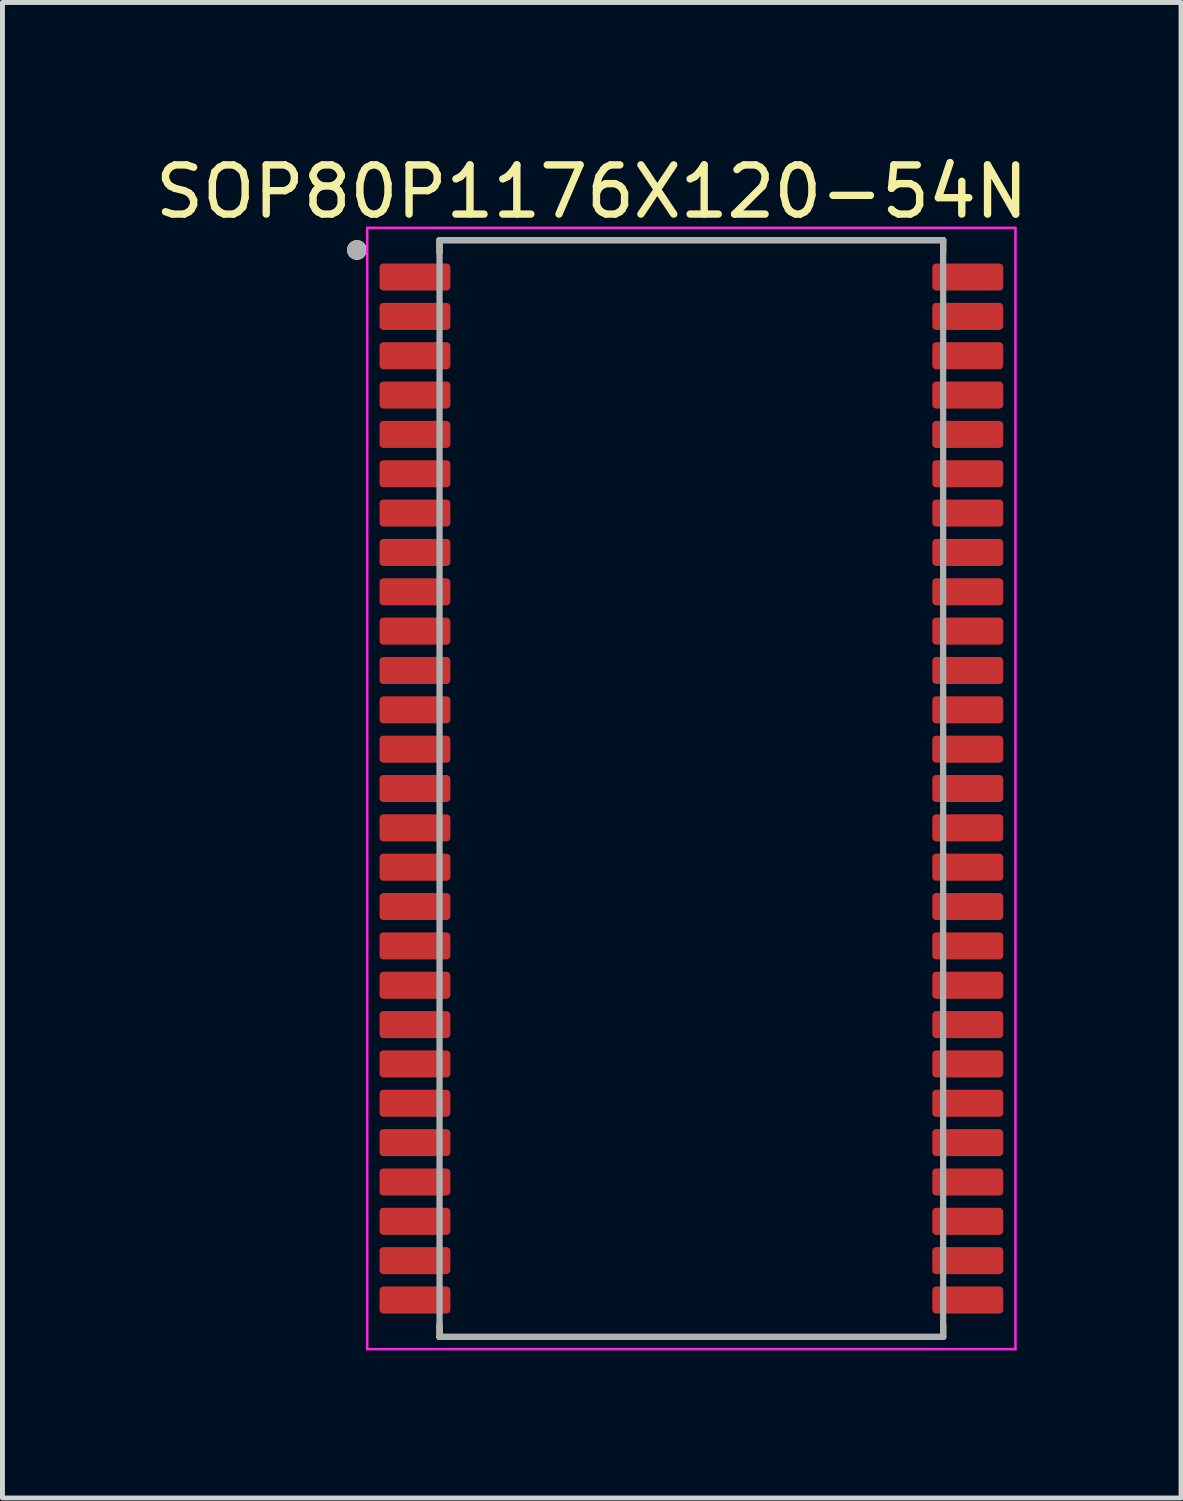
<source format=kicad_pcb>
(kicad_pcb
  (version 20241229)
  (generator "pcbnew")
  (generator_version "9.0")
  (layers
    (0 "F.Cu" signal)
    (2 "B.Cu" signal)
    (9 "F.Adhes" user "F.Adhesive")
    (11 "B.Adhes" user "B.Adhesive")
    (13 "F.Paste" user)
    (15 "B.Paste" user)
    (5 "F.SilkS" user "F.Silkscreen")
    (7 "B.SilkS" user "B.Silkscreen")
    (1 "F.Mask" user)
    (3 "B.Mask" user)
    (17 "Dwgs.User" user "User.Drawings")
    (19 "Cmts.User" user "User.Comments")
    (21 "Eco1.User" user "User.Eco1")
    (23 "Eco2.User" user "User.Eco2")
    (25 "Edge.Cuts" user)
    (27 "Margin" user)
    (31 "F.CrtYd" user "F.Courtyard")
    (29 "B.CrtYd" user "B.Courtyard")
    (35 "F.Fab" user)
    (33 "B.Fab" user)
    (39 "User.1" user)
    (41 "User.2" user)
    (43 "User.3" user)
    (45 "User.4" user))
  (footprint "SOP80P1176X120-54N"
    (layer "F.Cu")
    (at 11.007 12.983)
    (property "Reference" "SOP80P1176X120-54N" (at -2.025 -12.135 0) (layer "F.SilkS") (effects (font (size 1 1) (thickness 0.15))))
    (attr smd)
    (fp_line (start -5.12 -11.15) (end -5.12 -10.9) (stroke (width 0.127) (type solid)) (layer "F.SilkS"))
    (fp_line (start -5.12 -11.15) (end 5.12 -11.15) (stroke (width 0.127) (type solid)) (layer "F.SilkS"))
    (fp_line (start -5.12 11.15) (end -5.12 10.9) (stroke (width 0.127) (type solid)) (layer "F.SilkS"))
    (fp_line (start 5.12 -11.15) (end 5.12 -10.9) (stroke (width 0.127) (type solid)) (layer "F.SilkS"))
    (fp_line (start 5.12 11.15) (end -5.12 11.15) (stroke (width 0.127) (type solid)) (layer "F.SilkS"))
    (fp_line (start 5.12 11.15) (end 5.12 10.9) (stroke (width 0.127) (type solid)) (layer "F.SilkS"))
    (fp_circle (center -6.8 -10.95) (end -6.7 -10.95) (stroke (width 0.2) (type solid)) (fill no) (layer "F.SilkS"))
    (fp_line (start -6.59 -11.4) (end 6.59 -11.4) (stroke (width 0.05) (type solid)) (layer "F.CrtYd"))
    (fp_line (start -6.59 11.4) (end -6.59 -11.4) (stroke (width 0.05) (type solid)) (layer "F.CrtYd"))
    (fp_line (start 6.59 -11.4) (end 6.59 11.4) (stroke (width 0.05) (type solid)) (layer "F.CrtYd"))
    (fp_line (start 6.59 11.4) (end -6.59 11.4) (stroke (width 0.05) (type solid)) (layer "F.CrtYd"))
    (fp_line (start -5.12 -11.15) (end 5.12 -11.15) (stroke (width 0.127) (type solid)) (layer "F.Fab"))
    (fp_line (start -5.12 11.15) (end -5.12 -11.15) (stroke (width 0.127) (type solid)) (layer "F.Fab"))
    (fp_line (start 5.12 -11.15) (end 5.12 11.15) (stroke (width 0.127) (type solid)) (layer "F.Fab"))
    (fp_line (start 5.12 11.15) (end -5.12 11.15) (stroke (width 0.127) (type solid)) (layer "F.Fab"))
    (fp_circle (center -6.8 -10.95) (end -6.7 -10.95) (stroke (width 0.2) (type solid)) (fill no) (layer "F.Fab"))
    (pad "1" smd roundrect (at -5.62 -10.4) (size 1.44 0.55) (layers "F.Cu" "F.Mask" "F.Paste") (roundrect_rratio 0.14))
    (pad "2" smd roundrect (at -5.62 -9.6) (size 1.44 0.55) (layers "F.Cu" "F.Mask" "F.Paste") (roundrect_rratio 0.14))
    (pad "3" smd roundrect (at -5.62 -8.8) (size 1.44 0.55) (layers "F.Cu" "F.Mask" "F.Paste") (roundrect_rratio 0.14))
    (pad "4" smd roundrect (at -5.62 -8) (size 1.44 0.55) (layers "F.Cu" "F.Mask" "F.Paste") (roundrect_rratio 0.14))
    (pad "5" smd roundrect (at -5.62 -7.2) (size 1.44 0.55) (layers "F.Cu" "F.Mask" "F.Paste") (roundrect_rratio 0.14))
    (pad "6" smd roundrect (at -5.62 -6.4) (size 1.44 0.55) (layers "F.Cu" "F.Mask" "F.Paste") (roundrect_rratio 0.14))
    (pad "7" smd roundrect (at -5.62 -5.6) (size 1.44 0.55) (layers "F.Cu" "F.Mask" "F.Paste") (roundrect_rratio 0.14))
    (pad "8" smd roundrect (at -5.62 -4.8) (size 1.44 0.55) (layers "F.Cu" "F.Mask" "F.Paste") (roundrect_rratio 0.14))
    (pad "9" smd roundrect (at -5.62 -4) (size 1.44 0.55) (layers "F.Cu" "F.Mask" "F.Paste") (roundrect_rratio 0.14))
    (pad "10" smd roundrect (at -5.62 -3.2) (size 1.44 0.55) (layers "F.Cu" "F.Mask" "F.Paste") (roundrect_rratio 0.14))
    (pad "11" smd roundrect (at -5.62 -2.4) (size 1.44 0.55) (layers "F.Cu" "F.Mask" "F.Paste") (roundrect_rratio 0.14))
    (pad "12" smd roundrect (at -5.62 -1.6) (size 1.44 0.55) (layers "F.Cu" "F.Mask" "F.Paste") (roundrect_rratio 0.14))
    (pad "13" smd roundrect (at -5.62 -0.8) (size 1.44 0.55) (layers "F.Cu" "F.Mask" "F.Paste") (roundrect_rratio 0.14))
    (pad "14" smd roundrect (at -5.62 0) (size 1.44 0.55) (layers "F.Cu" "F.Mask" "F.Paste") (roundrect_rratio 0.14))
    (pad "15" smd roundrect (at -5.62 0.8) (size 1.44 0.55) (layers "F.Cu" "F.Mask" "F.Paste") (roundrect_rratio 0.14))
    (pad "16" smd roundrect (at -5.62 1.6) (size 1.44 0.55) (layers "F.Cu" "F.Mask" "F.Paste") (roundrect_rratio 0.14))
    (pad "17" smd roundrect (at -5.62 2.4) (size 1.44 0.55) (layers "F.Cu" "F.Mask" "F.Paste") (roundrect_rratio 0.14))
    (pad "18" smd roundrect (at -5.62 3.2) (size 1.44 0.55) (layers "F.Cu" "F.Mask" "F.Paste") (roundrect_rratio 0.14))
    (pad "19" smd roundrect (at -5.62 4) (size 1.44 0.55) (layers "F.Cu" "F.Mask" "F.Paste") (roundrect_rratio 0.14))
    (pad "20" smd roundrect (at -5.62 4.8) (size 1.44 0.55) (layers "F.Cu" "F.Mask" "F.Paste") (roundrect_rratio 0.14))
    (pad "21" smd roundrect (at -5.62 5.6) (size 1.44 0.55) (layers "F.Cu" "F.Mask" "F.Paste") (roundrect_rratio 0.14))
    (pad "22" smd roundrect (at -5.62 6.4) (size 1.44 0.55) (layers "F.Cu" "F.Mask" "F.Paste") (roundrect_rratio 0.14))
    (pad "23" smd roundrect (at -5.62 7.2) (size 1.44 0.55) (layers "F.Cu" "F.Mask" "F.Paste") (roundrect_rratio 0.14))
    (pad "24" smd roundrect (at -5.62 8) (size 1.44 0.55) (layers "F.Cu" "F.Mask" "F.Paste") (roundrect_rratio 0.14))
    (pad "25" smd roundrect (at -5.62 8.8) (size 1.44 0.55) (layers "F.Cu" "F.Mask" "F.Paste") (roundrect_rratio 0.14))
    (pad "26" smd roundrect (at -5.62 9.6) (size 1.44 0.55) (layers "F.Cu" "F.Mask" "F.Paste") (roundrect_rratio 0.14))
    (pad "27" smd roundrect (at -5.62 10.4) (size 1.44 0.55) (layers "F.Cu" "F.Mask" "F.Paste") (roundrect_rratio 0.14))
    (pad "28" smd roundrect (at 5.62 10.4 180) (size 1.44 0.55) (layers "F.Cu" "F.Mask" "F.Paste") (roundrect_rratio 0.14))
    (pad "29" smd roundrect (at 5.62 9.6 180) (size 1.44 0.55) (layers "F.Cu" "F.Mask" "F.Paste") (roundrect_rratio 0.14))
    (pad "30" smd roundrect (at 5.62 8.8 180) (size 1.44 0.55) (layers "F.Cu" "F.Mask" "F.Paste") (roundrect_rratio 0.14))
    (pad "31" smd roundrect (at 5.62 8 180) (size 1.44 0.55) (layers "F.Cu" "F.Mask" "F.Paste") (roundrect_rratio 0.14))
    (pad "32" smd roundrect (at 5.62 7.2 180) (size 1.44 0.55) (layers "F.Cu" "F.Mask" "F.Paste") (roundrect_rratio 0.14))
    (pad "33" smd roundrect (at 5.62 6.4 180) (size 1.44 0.55) (layers "F.Cu" "F.Mask" "F.Paste") (roundrect_rratio 0.14))
    (pad "34" smd roundrect (at 5.62 5.6 180) (size 1.44 0.55) (layers "F.Cu" "F.Mask" "F.Paste") (roundrect_rratio 0.14))
    (pad "35" smd roundrect (at 5.62 4.8 180) (size 1.44 0.55) (layers "F.Cu" "F.Mask" "F.Paste") (roundrect_rratio 0.14))
    (pad "36" smd roundrect (at 5.62 4 180) (size 1.44 0.55) (layers "F.Cu" "F.Mask" "F.Paste") (roundrect_rratio 0.14))
    (pad "37" smd roundrect (at 5.62 3.2 180) (size 1.44 0.55) (layers "F.Cu" "F.Mask" "F.Paste") (roundrect_rratio 0.14))
    (pad "38" smd roundrect (at 5.62 2.4 180) (size 1.44 0.55) (layers "F.Cu" "F.Mask" "F.Paste") (roundrect_rratio 0.14))
    (pad "39" smd roundrect (at 5.62 1.6 180) (size 1.44 0.55) (layers "F.Cu" "F.Mask" "F.Paste") (roundrect_rratio 0.14))
    (pad "40" smd roundrect (at 5.62 0.8 180) (size 1.44 0.55) (layers "F.Cu" "F.Mask" "F.Paste") (roundrect_rratio 0.14))
    (pad "41" smd roundrect (at 5.62 0 180) (size 1.44 0.55) (layers "F.Cu" "F.Mask" "F.Paste") (roundrect_rratio 0.14))
    (pad "42" smd roundrect (at 5.62 -0.8 180) (size 1.44 0.55) (layers "F.Cu" "F.Mask" "F.Paste") (roundrect_rratio 0.14))
    (pad "43" smd roundrect (at 5.62 -1.6 180) (size 1.44 0.55) (layers "F.Cu" "F.Mask" "F.Paste") (roundrect_rratio 0.14))
    (pad "44" smd roundrect (at 5.62 -2.4 180) (size 1.44 0.55) (layers "F.Cu" "F.Mask" "F.Paste") (roundrect_rratio 0.14))
    (pad "45" smd roundrect (at 5.62 -3.2 180) (size 1.44 0.55) (layers "F.Cu" "F.Mask" "F.Paste") (roundrect_rratio 0.14))
    (pad "46" smd roundrect (at 5.62 -4 180) (size 1.44 0.55) (layers "F.Cu" "F.Mask" "F.Paste") (roundrect_rratio 0.14))
    (pad "47" smd roundrect (at 5.62 -4.8 180) (size 1.44 0.55) (layers "F.Cu" "F.Mask" "F.Paste") (roundrect_rratio 0.14))
    (pad "48" smd roundrect (at 5.62 -5.6 180) (size 1.44 0.55) (layers "F.Cu" "F.Mask" "F.Paste") (roundrect_rratio 0.14))
    (pad "49" smd roundrect (at 5.62 -6.4 180) (size 1.44 0.55) (layers "F.Cu" "F.Mask" "F.Paste") (roundrect_rratio 0.14))
    (pad "50" smd roundrect (at 5.62 -7.2 180) (size 1.44 0.55) (layers "F.Cu" "F.Mask" "F.Paste") (roundrect_rratio 0.14))
    (pad "51" smd roundrect (at 5.62 -8 180) (size 1.44 0.55) (layers "F.Cu" "F.Mask" "F.Paste") (roundrect_rratio 0.14))
    (pad "52" smd roundrect (at 5.62 -8.8 180) (size 1.44 0.55) (layers "F.Cu" "F.Mask" "F.Paste") (roundrect_rratio 0.14))
    (pad "53" smd roundrect (at 5.62 -9.6 180) (size 1.44 0.55) (layers "F.Cu" "F.Mask" "F.Paste") (roundrect_rratio 0.14))
    (pad "54" smd roundrect (at 5.62 -10.4 180) (size 1.44 0.55) (layers "F.Cu" "F.Mask" "F.Paste") (roundrect_rratio 0.14)))
  (gr_rect
    (start -3 -3)
    (end 20.964 27.408)
    (stroke (width 0.1) (type default))
    (fill no)
    (layer "Edge.Cuts")))
</source>
